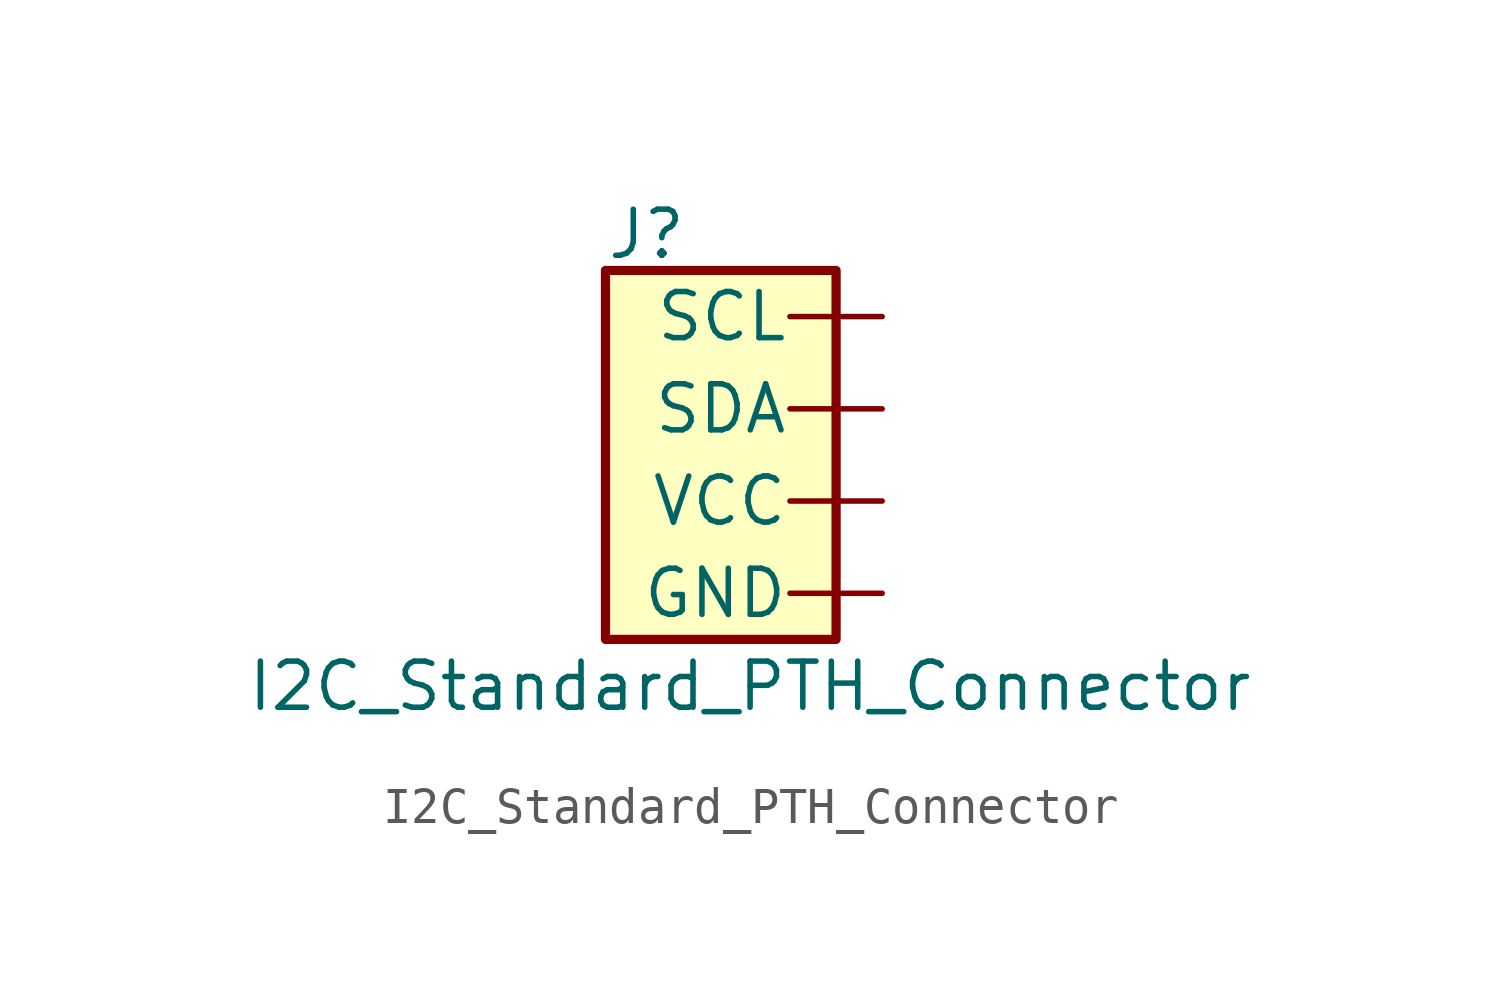
<source format=kicad_sym>
(kicad_symbol_lib
  (version 20220914)
  (generator kicad_symbol_editor)
  (symbol "I2C_Standard_PTH_Connector"
    (pin_numbers hide)
    (pin_names
      (offset 0.025))
    (property "Reference" "J"
      (at -2.54 5.334 0)
      (effects (font (size 1.27 1.27)) (justify left bottom)))
    (property "Value" "I2C_Standard_PTH_Connector"
      (at -12.446 -7.112 0)
      (effects (font (size 1.27 1.27)) (justify left bottom)))
    (symbol "I2C_Standard_PTH_Connector_0_1"
      (rectangle (start -2.54 5.08) (end 3.81 -5.08) (stroke (width 0.254) (type solid)) (fill (type background))))
    (symbol "I2C_Standard_PTH_Connector_1_1"
      (pin power_in line (at 5.08 -3.81 180) (length 2.54) (name "GND" (effects (font (size 1.27 1.27)))) (number "1" (effects (font (size 1.27 1.27)))))
      (pin power_in line (at 5.08 -1.27 180) (length 2.54) (name "VCC" (effects (font (size 1.27 1.27)))) (number "2" (effects (font (size 1.27 1.27)))))
      (pin passive line (at 5.08 1.27 180) (length 2.54) (name "SDA" (effects (font (size 1.27 1.27)))) (number "3" (effects (font (size 1.27 1.27)))))
      (pin passive line (at 5.08 3.81 180) (length 2.54) (name "SCL" (effects (font (size 1.27 1.27)))) (number "4" (effects (font (size 1.27 1.27))))))))
</source>
